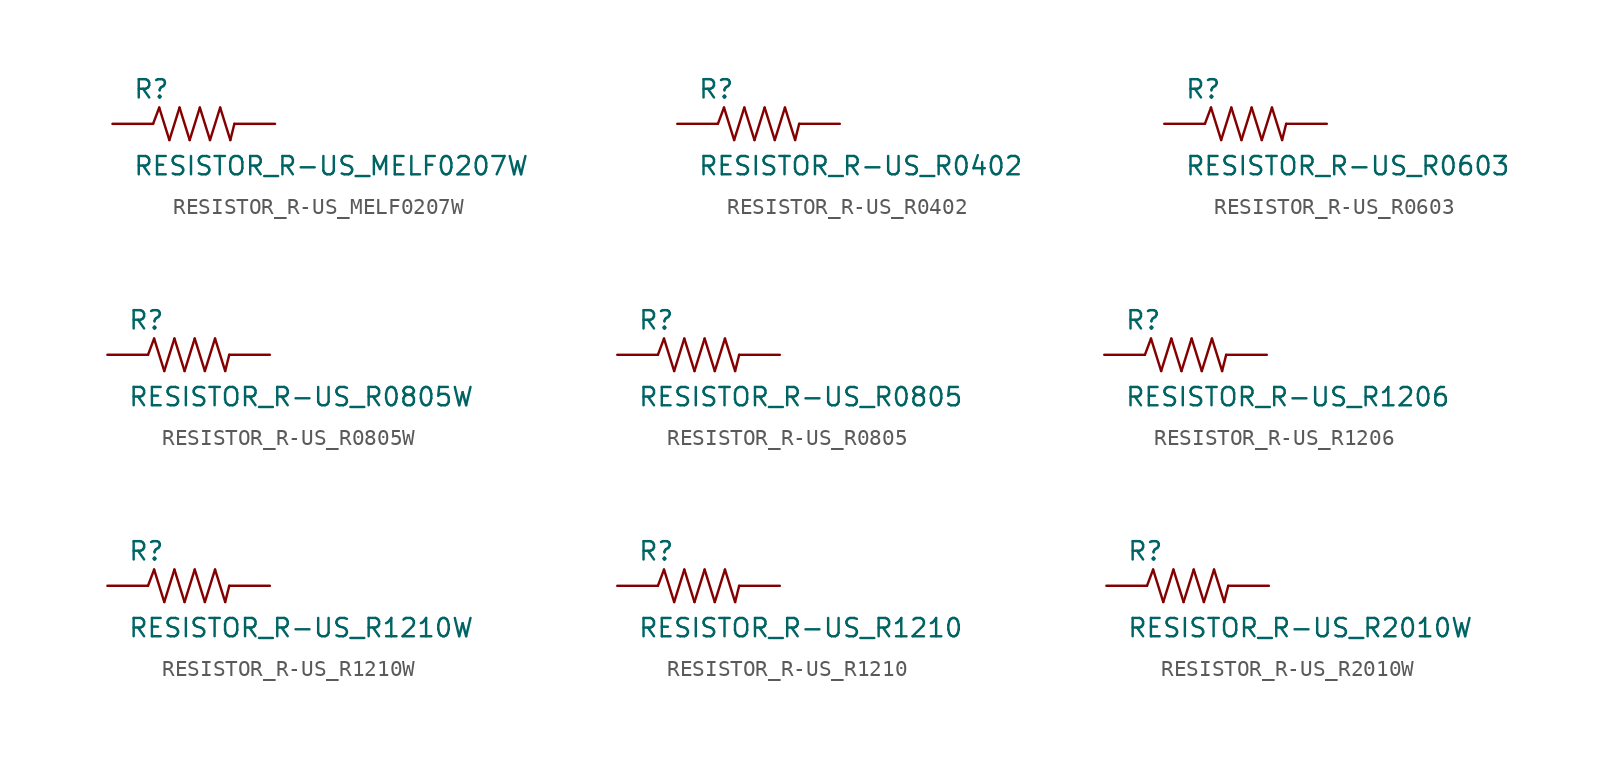
<source format=kicad_sym>
(kicad_symbol_lib
  (version 20210619)
  (generator kicad_symbol_editor)
  (symbol "RESISTOR_R-US_MELF0207W"
    (pin_numbers hide)
    (pin_names
      (offset 1.016) hide)
    (property "Reference" "R"
      (at -3.81 1.499 0)
      (effects (font (size 1.143 1.143)) (justify left bottom)))
    (property "Value" "RESISTOR_R-US_MELF0207W"
      (at -3.81 -3.302 0)
      (effects (font (size 1.143 1.143)) (justify left bottom)))
    (property "ki_locked" ""
      (at 0 0 0)
      (effects (font (size 1.27 1.27))))
    (symbol "RESISTOR_R-US_MELF0207W_1_0"
      (polyline (pts (xy -2.54 0) (xy -2.159 1.016)) (stroke (width 0)) (fill (type none)))
      (polyline (pts (xy -2.159 1.016) (xy -1.524 -1.016)) (stroke (width 0)) (fill (type none)))
      (polyline (pts (xy -1.524 -1.016) (xy -0.889 1.016)) (stroke (width 0)) (fill (type none)))
      (polyline (pts (xy -0.889 1.016) (xy -0.254 -1.016)) (stroke (width 0)) (fill (type none)))
      (polyline (pts (xy -0.254 -1.016) (xy 0.381 1.016)) (stroke (width 0)) (fill (type none)))
      (polyline (pts (xy 0.381 1.016) (xy 1.016 -1.016)) (stroke (width 0)) (fill (type none)))
      (polyline (pts (xy 1.016 -1.016) (xy 1.651 1.016)) (stroke (width 0)) (fill (type none)))
      (polyline (pts (xy 1.651 1.016) (xy 2.286 -1.016)) (stroke (width 0)) (fill (type none)))
      (polyline (pts (xy 2.286 -1.016) (xy 2.54 0)) (stroke (width 0)) (fill (type none))))
    (symbol "RESISTOR_R-US_MELF0207W_1_1"
      (pin passive line (at -5.08 0 0) (length 2.54) (name "1" (effects (font (size 1.016 1.016)))) (number "1" (effects (font (size 1.016 1.016)))))
      (pin passive line (at 5.08 0 180) (length 2.54) (name "2" (effects (font (size 1.016 1.016)))) (number "2" (effects (font (size 1.016 1.016)))))))
  (symbol "RESISTOR_R-US_R0402"
    (pin_numbers hide)
    (pin_names
      (offset 1.016) hide)
    (property "Reference" "R"
      (at -3.81 1.499 0)
      (effects (font (size 1.143 1.143)) (justify left bottom)))
    (property "Value" "RESISTOR_R-US_R0402"
      (at -3.81 -3.302 0)
      (effects (font (size 1.143 1.143)) (justify left bottom)))
    (property "ki_locked" ""
      (at 0 0 0)
      (effects (font (size 1.27 1.27))))
    (symbol "RESISTOR_R-US_R0402_1_0"
      (polyline (pts (xy -2.54 0) (xy -2.159 1.016)) (stroke (width 0)) (fill (type none)))
      (polyline (pts (xy -2.159 1.016) (xy -1.524 -1.016)) (stroke (width 0)) (fill (type none)))
      (polyline (pts (xy -1.524 -1.016) (xy -0.889 1.016)) (stroke (width 0)) (fill (type none)))
      (polyline (pts (xy -0.889 1.016) (xy -0.254 -1.016)) (stroke (width 0)) (fill (type none)))
      (polyline (pts (xy -0.254 -1.016) (xy 0.381 1.016)) (stroke (width 0)) (fill (type none)))
      (polyline (pts (xy 0.381 1.016) (xy 1.016 -1.016)) (stroke (width 0)) (fill (type none)))
      (polyline (pts (xy 1.016 -1.016) (xy 1.651 1.016)) (stroke (width 0)) (fill (type none)))
      (polyline (pts (xy 1.651 1.016) (xy 2.286 -1.016)) (stroke (width 0)) (fill (type none)))
      (polyline (pts (xy 2.286 -1.016) (xy 2.54 0)) (stroke (width 0)) (fill (type none))))
    (symbol "RESISTOR_R-US_R0402_1_1"
      (pin passive line (at -5.08 0 0) (length 2.54) (name "1" (effects (font (size 1.016 1.016)))) (number "1" (effects (font (size 1.016 1.016)))))
      (pin passive line (at 5.08 0 180) (length 2.54) (name "2" (effects (font (size 1.016 1.016)))) (number "2" (effects (font (size 1.016 1.016)))))))
  (symbol "RESISTOR_R-US_R0603"
    (pin_numbers hide)
    (pin_names
      (offset 1.016) hide)
    (property "Reference" "R"
      (at -3.81 1.499 0)
      (effects (font (size 1.143 1.143)) (justify left bottom)))
    (property "Value" "RESISTOR_R-US_R0603"
      (at -3.81 -3.302 0)
      (effects (font (size 1.143 1.143)) (justify left bottom)))
    (property "ki_locked" ""
      (at 0 0 0)
      (effects (font (size 1.27 1.27))))
    (symbol "RESISTOR_R-US_R0603_1_0"
      (polyline (pts (xy -2.54 0) (xy -2.159 1.016)) (stroke (width 0)) (fill (type none)))
      (polyline (pts (xy -2.159 1.016) (xy -1.524 -1.016)) (stroke (width 0)) (fill (type none)))
      (polyline (pts (xy -1.524 -1.016) (xy -0.889 1.016)) (stroke (width 0)) (fill (type none)))
      (polyline (pts (xy -0.889 1.016) (xy -0.254 -1.016)) (stroke (width 0)) (fill (type none)))
      (polyline (pts (xy -0.254 -1.016) (xy 0.381 1.016)) (stroke (width 0)) (fill (type none)))
      (polyline (pts (xy 0.381 1.016) (xy 1.016 -1.016)) (stroke (width 0)) (fill (type none)))
      (polyline (pts (xy 1.016 -1.016) (xy 1.651 1.016)) (stroke (width 0)) (fill (type none)))
      (polyline (pts (xy 1.651 1.016) (xy 2.286 -1.016)) (stroke (width 0)) (fill (type none)))
      (polyline (pts (xy 2.286 -1.016) (xy 2.54 0)) (stroke (width 0)) (fill (type none))))
    (symbol "RESISTOR_R-US_R0603_1_1"
      (pin passive line (at -5.08 0 0) (length 2.54) (name "1" (effects (font (size 1.016 1.016)))) (number "1" (effects (font (size 1.016 1.016)))))
      (pin passive line (at 5.08 0 180) (length 2.54) (name "2" (effects (font (size 1.016 1.016)))) (number "2" (effects (font (size 1.016 1.016)))))))
  (symbol "RESISTOR_R-US_R0805W"
    (pin_numbers hide)
    (pin_names
      (offset 1.016) hide)
    (property "Reference" "R"
      (at -3.81 1.499 0)
      (effects (font (size 1.143 1.143)) (justify left bottom)))
    (property "Value" "RESISTOR_R-US_R0805W"
      (at -3.81 -3.302 0)
      (effects (font (size 1.143 1.143)) (justify left bottom)))
    (property "ki_locked" ""
      (at 0 0 0)
      (effects (font (size 1.27 1.27))))
    (symbol "RESISTOR_R-US_R0805W_1_0"
      (polyline (pts (xy -2.54 0) (xy -2.159 1.016)) (stroke (width 0)) (fill (type none)))
      (polyline (pts (xy -2.159 1.016) (xy -1.524 -1.016)) (stroke (width 0)) (fill (type none)))
      (polyline (pts (xy -1.524 -1.016) (xy -0.889 1.016)) (stroke (width 0)) (fill (type none)))
      (polyline (pts (xy -0.889 1.016) (xy -0.254 -1.016)) (stroke (width 0)) (fill (type none)))
      (polyline (pts (xy -0.254 -1.016) (xy 0.381 1.016)) (stroke (width 0)) (fill (type none)))
      (polyline (pts (xy 0.381 1.016) (xy 1.016 -1.016)) (stroke (width 0)) (fill (type none)))
      (polyline (pts (xy 1.016 -1.016) (xy 1.651 1.016)) (stroke (width 0)) (fill (type none)))
      (polyline (pts (xy 1.651 1.016) (xy 2.286 -1.016)) (stroke (width 0)) (fill (type none)))
      (polyline (pts (xy 2.286 -1.016) (xy 2.54 0)) (stroke (width 0)) (fill (type none))))
    (symbol "RESISTOR_R-US_R0805W_1_1"
      (pin passive line (at -5.08 0 0) (length 2.54) (name "1" (effects (font (size 1.016 1.016)))) (number "1" (effects (font (size 1.016 1.016)))))
      (pin passive line (at 5.08 0 180) (length 2.54) (name "2" (effects (font (size 1.016 1.016)))) (number "2" (effects (font (size 1.016 1.016)))))))
  (symbol "RESISTOR_R-US_R0805"
    (pin_numbers hide)
    (pin_names
      (offset 1.016) hide)
    (property "Reference" "R"
      (at -3.81 1.499 0)
      (effects (font (size 1.143 1.143)) (justify left bottom)))
    (property "Value" "RESISTOR_R-US_R0805"
      (at -3.81 -3.302 0)
      (effects (font (size 1.143 1.143)) (justify left bottom)))
    (property "ki_locked" ""
      (at 0 0 0)
      (effects (font (size 1.27 1.27))))
    (symbol "RESISTOR_R-US_R0805_1_0"
      (polyline (pts (xy -2.54 0) (xy -2.159 1.016)) (stroke (width 0)) (fill (type none)))
      (polyline (pts (xy -2.159 1.016) (xy -1.524 -1.016)) (stroke (width 0)) (fill (type none)))
      (polyline (pts (xy -1.524 -1.016) (xy -0.889 1.016)) (stroke (width 0)) (fill (type none)))
      (polyline (pts (xy -0.889 1.016) (xy -0.254 -1.016)) (stroke (width 0)) (fill (type none)))
      (polyline (pts (xy -0.254 -1.016) (xy 0.381 1.016)) (stroke (width 0)) (fill (type none)))
      (polyline (pts (xy 0.381 1.016) (xy 1.016 -1.016)) (stroke (width 0)) (fill (type none)))
      (polyline (pts (xy 1.016 -1.016) (xy 1.651 1.016)) (stroke (width 0)) (fill (type none)))
      (polyline (pts (xy 1.651 1.016) (xy 2.286 -1.016)) (stroke (width 0)) (fill (type none)))
      (polyline (pts (xy 2.286 -1.016) (xy 2.54 0)) (stroke (width 0)) (fill (type none))))
    (symbol "RESISTOR_R-US_R0805_1_1"
      (pin passive line (at -5.08 0 0) (length 2.54) (name "1" (effects (font (size 1.016 1.016)))) (number "1" (effects (font (size 1.016 1.016)))))
      (pin passive line (at 5.08 0 180) (length 2.54) (name "2" (effects (font (size 1.016 1.016)))) (number "2" (effects (font (size 1.016 1.016)))))))
  (symbol "RESISTOR_R-US_R1206"
    (pin_numbers hide)
    (pin_names
      (offset 1.016) hide)
    (property "Reference" "R"
      (at -3.81 1.499 0)
      (effects (font (size 1.143 1.143)) (justify left bottom)))
    (property "Value" "RESISTOR_R-US_R1206"
      (at -3.81 -3.302 0)
      (effects (font (size 1.143 1.143)) (justify left bottom)))
    (property "ki_locked" ""
      (at 0 0 0)
      (effects (font (size 1.27 1.27))))
    (symbol "RESISTOR_R-US_R1206_1_0"
      (polyline (pts (xy -2.54 0) (xy -2.159 1.016)) (stroke (width 0)) (fill (type none)))
      (polyline (pts (xy -2.159 1.016) (xy -1.524 -1.016)) (stroke (width 0)) (fill (type none)))
      (polyline (pts (xy -1.524 -1.016) (xy -0.889 1.016)) (stroke (width 0)) (fill (type none)))
      (polyline (pts (xy -0.889 1.016) (xy -0.254 -1.016)) (stroke (width 0)) (fill (type none)))
      (polyline (pts (xy -0.254 -1.016) (xy 0.381 1.016)) (stroke (width 0)) (fill (type none)))
      (polyline (pts (xy 0.381 1.016) (xy 1.016 -1.016)) (stroke (width 0)) (fill (type none)))
      (polyline (pts (xy 1.016 -1.016) (xy 1.651 1.016)) (stroke (width 0)) (fill (type none)))
      (polyline (pts (xy 1.651 1.016) (xy 2.286 -1.016)) (stroke (width 0)) (fill (type none)))
      (polyline (pts (xy 2.286 -1.016) (xy 2.54 0)) (stroke (width 0)) (fill (type none))))
    (symbol "RESISTOR_R-US_R1206_1_1"
      (pin passive line (at -5.08 0 0) (length 2.54) (name "1" (effects (font (size 1.016 1.016)))) (number "1" (effects (font (size 1.016 1.016)))))
      (pin passive line (at 5.08 0 180) (length 2.54) (name "2" (effects (font (size 1.016 1.016)))) (number "2" (effects (font (size 1.016 1.016)))))))
  (symbol "RESISTOR_R-US_R1210W"
    (pin_numbers hide)
    (pin_names
      (offset 1.016) hide)
    (property "Reference" "R"
      (at -3.81 1.499 0)
      (effects (font (size 1.143 1.143)) (justify left bottom)))
    (property "Value" "RESISTOR_R-US_R1210W"
      (at -3.81 -3.302 0)
      (effects (font (size 1.143 1.143)) (justify left bottom)))
    (property "ki_locked" ""
      (at 0 0 0)
      (effects (font (size 1.27 1.27))))
    (symbol "RESISTOR_R-US_R1210W_1_0"
      (polyline (pts (xy -2.54 0) (xy -2.159 1.016)) (stroke (width 0)) (fill (type none)))
      (polyline (pts (xy -2.159 1.016) (xy -1.524 -1.016)) (stroke (width 0)) (fill (type none)))
      (polyline (pts (xy -1.524 -1.016) (xy -0.889 1.016)) (stroke (width 0)) (fill (type none)))
      (polyline (pts (xy -0.889 1.016) (xy -0.254 -1.016)) (stroke (width 0)) (fill (type none)))
      (polyline (pts (xy -0.254 -1.016) (xy 0.381 1.016)) (stroke (width 0)) (fill (type none)))
      (polyline (pts (xy 0.381 1.016) (xy 1.016 -1.016)) (stroke (width 0)) (fill (type none)))
      (polyline (pts (xy 1.016 -1.016) (xy 1.651 1.016)) (stroke (width 0)) (fill (type none)))
      (polyline (pts (xy 1.651 1.016) (xy 2.286 -1.016)) (stroke (width 0)) (fill (type none)))
      (polyline (pts (xy 2.286 -1.016) (xy 2.54 0)) (stroke (width 0)) (fill (type none))))
    (symbol "RESISTOR_R-US_R1210W_1_1"
      (pin passive line (at -5.08 0 0) (length 2.54) (name "1" (effects (font (size 1.016 1.016)))) (number "1" (effects (font (size 1.016 1.016)))))
      (pin passive line (at 5.08 0 180) (length 2.54) (name "2" (effects (font (size 1.016 1.016)))) (number "2" (effects (font (size 1.016 1.016)))))))
  (symbol "RESISTOR_R-US_R1210"
    (pin_numbers hide)
    (pin_names
      (offset 1.016) hide)
    (property "Reference" "R"
      (at -3.81 1.499 0)
      (effects (font (size 1.143 1.143)) (justify left bottom)))
    (property "Value" "RESISTOR_R-US_R1210"
      (at -3.81 -3.302 0)
      (effects (font (size 1.143 1.143)) (justify left bottom)))
    (property "ki_locked" ""
      (at 0 0 0)
      (effects (font (size 1.27 1.27))))
    (symbol "RESISTOR_R-US_R1210_1_0"
      (polyline (pts (xy -2.54 0) (xy -2.159 1.016)) (stroke (width 0)) (fill (type none)))
      (polyline (pts (xy -2.159 1.016) (xy -1.524 -1.016)) (stroke (width 0)) (fill (type none)))
      (polyline (pts (xy -1.524 -1.016) (xy -0.889 1.016)) (stroke (width 0)) (fill (type none)))
      (polyline (pts (xy -0.889 1.016) (xy -0.254 -1.016)) (stroke (width 0)) (fill (type none)))
      (polyline (pts (xy -0.254 -1.016) (xy 0.381 1.016)) (stroke (width 0)) (fill (type none)))
      (polyline (pts (xy 0.381 1.016) (xy 1.016 -1.016)) (stroke (width 0)) (fill (type none)))
      (polyline (pts (xy 1.016 -1.016) (xy 1.651 1.016)) (stroke (width 0)) (fill (type none)))
      (polyline (pts (xy 1.651 1.016) (xy 2.286 -1.016)) (stroke (width 0)) (fill (type none)))
      (polyline (pts (xy 2.286 -1.016) (xy 2.54 0)) (stroke (width 0)) (fill (type none))))
    (symbol "RESISTOR_R-US_R1210_1_1"
      (pin passive line (at -5.08 0 0) (length 2.54) (name "1" (effects (font (size 1.016 1.016)))) (number "1" (effects (font (size 1.016 1.016)))))
      (pin passive line (at 5.08 0 180) (length 2.54) (name "2" (effects (font (size 1.016 1.016)))) (number "2" (effects (font (size 1.016 1.016)))))))
  (symbol "RESISTOR_R-US_R2010W"
    (pin_numbers hide)
    (pin_names
      (offset 1.016) hide)
    (property "Reference" "R"
      (at -3.81 1.499 0)
      (effects (font (size 1.143 1.143)) (justify left bottom)))
    (property "Value" "RESISTOR_R-US_R2010W"
      (at -3.81 -3.302 0)
      (effects (font (size 1.143 1.143)) (justify left bottom)))
    (property "ki_locked" ""
      (at 0 0 0)
      (effects (font (size 1.27 1.27))))
    (symbol "RESISTOR_R-US_R2010W_1_0"
      (polyline (pts (xy -2.54 0) (xy -2.159 1.016)) (stroke (width 0)) (fill (type none)))
      (polyline (pts (xy -2.159 1.016) (xy -1.524 -1.016)) (stroke (width 0)) (fill (type none)))
      (polyline (pts (xy -1.524 -1.016) (xy -0.889 1.016)) (stroke (width 0)) (fill (type none)))
      (polyline (pts (xy -0.889 1.016) (xy -0.254 -1.016)) (stroke (width 0)) (fill (type none)))
      (polyline (pts (xy -0.254 -1.016) (xy 0.381 1.016)) (stroke (width 0)) (fill (type none)))
      (polyline (pts (xy 0.381 1.016) (xy 1.016 -1.016)) (stroke (width 0)) (fill (type none)))
      (polyline (pts (xy 1.016 -1.016) (xy 1.651 1.016)) (stroke (width 0)) (fill (type none)))
      (polyline (pts (xy 1.651 1.016) (xy 2.286 -1.016)) (stroke (width 0)) (fill (type none)))
      (polyline (pts (xy 2.286 -1.016) (xy 2.54 0)) (stroke (width 0)) (fill (type none))))
    (symbol "RESISTOR_R-US_R2010W_1_1"
      (pin passive line (at -5.08 0 0) (length 2.54) (name "1" (effects (font (size 1.016 1.016)))) (number "1" (effects (font (size 1.016 1.016)))))
      (pin passive line (at 5.08 0 180) (length 2.54) (name "2" (effects (font (size 1.016 1.016)))) (number "2" (effects (font (size 1.016 1.016))))))))
</source>
